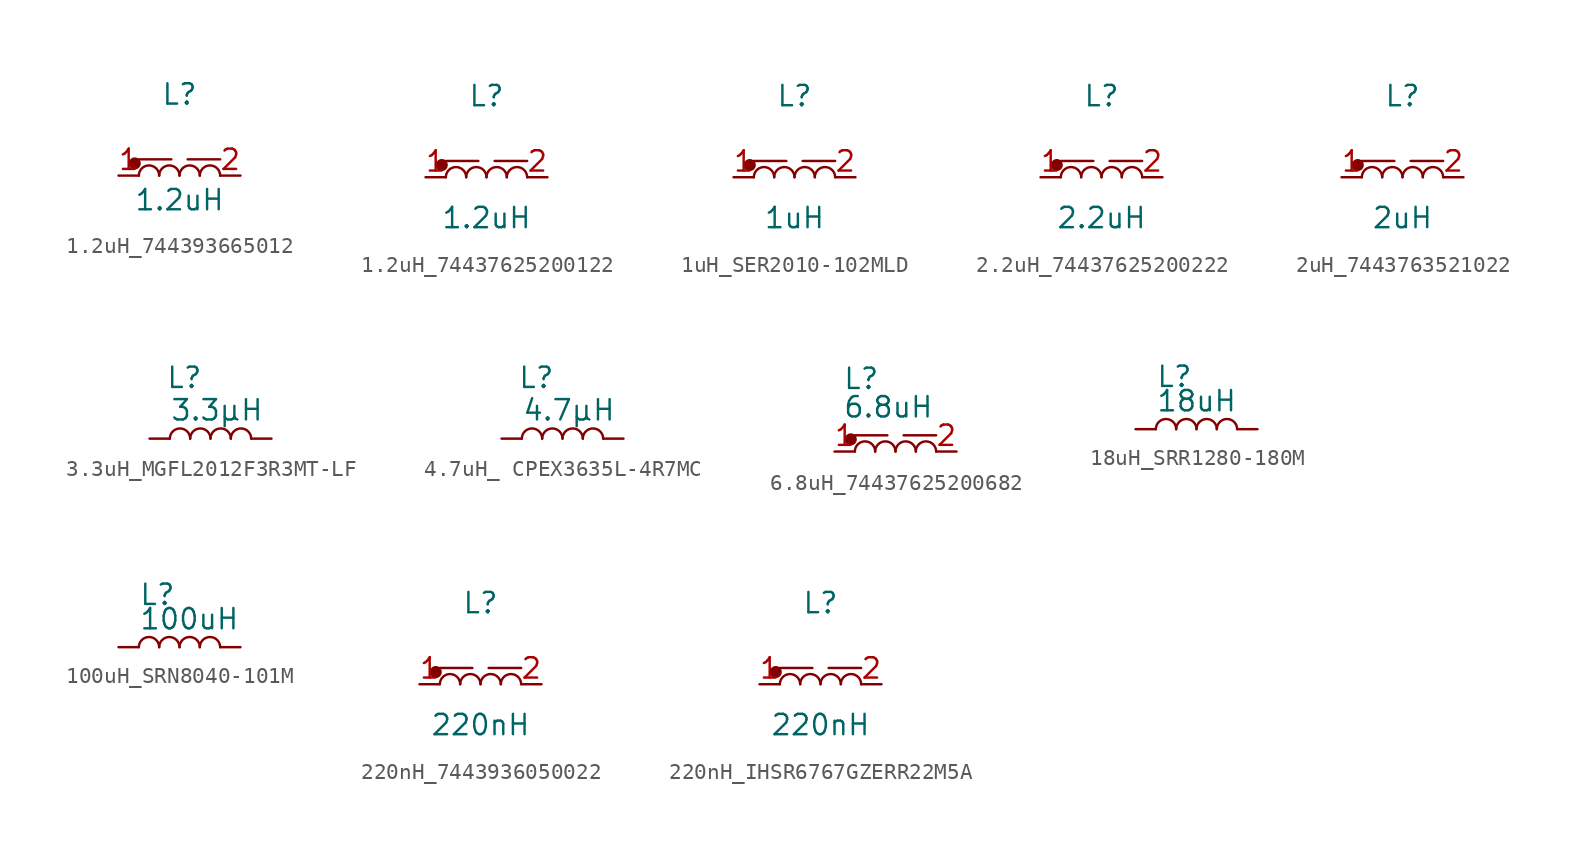
<source format=kicad_sym>
(kicad_symbol_lib
  (version 20241209)
  (generator "kicad_symbol_editor")
  (generator_version "9.0")
  (symbol "1.2uH_744393665012"
    (pin_names
      (hide yes))
    (property "Reference" "L"
      (at 0 5.08 0)
      (effects (font (size 1.27 1.27))))
    (property "Value" "1.2uH"
      (at 0 -1.524 0)
      (effects (font (size 1.27 1.27))))
    (symbol "1.2uH_744393665012_0_1"
      (polyline (pts (xy -2.54 1.016) (xy -0.508 1.016)) (stroke (width 0) (type default)) (fill (type none)))
      (arc (start -2.54 0) (mid -1.905 0.6323) (end -1.27 0) (stroke (width 0) (type default)) (fill (type none)))
      (arc (start -1.27 0) (mid -0.635 0.6323) (end 0 0) (stroke (width 0) (type default)) (fill (type none)))
      (arc (start 0 0) (mid 0.635 0.6323) (end 1.27 0) (stroke (width 0) (type default)) (fill (type none)))
      (arc (start 1.27 0) (mid 1.905 0.6323) (end 2.54 0) (stroke (width 0) (type default)) (fill (type none))))
    (symbol "1.2uH_744393665012_1_1"
      (circle (center -2.794 0.762) (radius 0.0001) (stroke (width 0.381) (type default)) (fill (type none)))
      (polyline (pts (xy 2.54 1.016) (xy 0.508 1.016)) (stroke (width 0) (type default)) (fill (type none)))
      (pin passive line (at -3.81 0 0) (length 1.27) (name "1" (effects (font (size 1.27 1.27)))) (number "1" (effects (font (size 1.27 1.27)))))
      (pin passive line (at 3.81 0 180) (length 1.27) (name "2" (effects (font (size 1.27 1.27)))) (number "2" (effects (font (size 1.27 1.27)))))))
  (symbol "1.2uH_74437625200122"
    (pin_names
      (hide yes))
    (property "Reference" "L"
      (at 0 5.08 0)
      (effects (font (size 1.27 1.27))))
    (property "Value" "1.2uH"
      (at 0 -2.54 0)
      (effects (font (size 1.27 1.27))))
    (symbol "1.2uH_74437625200122_0_1"
      (polyline (pts (xy -2.54 1.016) (xy -0.508 1.016)) (stroke (width 0) (type default)) (fill (type none)))
      (arc (start -2.54 0) (mid -1.905 0.6323) (end -1.27 0) (stroke (width 0) (type default)) (fill (type none)))
      (arc (start -1.27 0) (mid -0.635 0.6323) (end 0 0) (stroke (width 0) (type default)) (fill (type none)))
      (arc (start 0 0) (mid 0.635 0.6323) (end 1.27 0) (stroke (width 0) (type default)) (fill (type none)))
      (arc (start 1.27 0) (mid 1.905 0.6323) (end 2.54 0) (stroke (width 0) (type default)) (fill (type none))))
    (symbol "1.2uH_74437625200122_1_1"
      (circle (center -2.794 0.762) (radius 0.0001) (stroke (width 0.381) (type default)) (fill (type none)))
      (polyline (pts (xy 2.54 1.016) (xy 0.508 1.016)) (stroke (width 0) (type default)) (fill (type none)))
      (pin passive line (at -3.81 0 0) (length 1.27) (name "1" (effects (font (size 1.27 1.27)))) (number "1" (effects (font (size 1.27 1.27)))))
      (pin passive line (at 3.81 0 180) (length 1.27) (name "2" (effects (font (size 1.27 1.27)))) (number "2" (effects (font (size 1.27 1.27)))))))
  (symbol "1uH_SER2010-102MLD"
    (pin_names
      (hide yes))
    (property "Reference" "L"
      (at 0 5.08 0)
      (effects (font (size 1.27 1.27))))
    (property "Value" "1uH"
      (at 0 -2.54 0)
      (effects (font (size 1.27 1.27))))
    (symbol "1uH_SER2010-102MLD_0_1"
      (polyline (pts (xy -2.54 1.016) (xy -0.508 1.016)) (stroke (width 0) (type default)) (fill (type none)))
      (arc (start -2.54 0) (mid -1.905 0.6323) (end -1.27 0) (stroke (width 0) (type default)) (fill (type none)))
      (arc (start -1.27 0) (mid -0.635 0.6323) (end 0 0) (stroke (width 0) (type default)) (fill (type none)))
      (arc (start 0 0) (mid 0.635 0.6323) (end 1.27 0) (stroke (width 0) (type default)) (fill (type none)))
      (arc (start 1.27 0) (mid 1.905 0.6323) (end 2.54 0) (stroke (width 0) (type default)) (fill (type none))))
    (symbol "1uH_SER2010-102MLD_1_1"
      (circle (center -2.794 0.762) (radius 0.0001) (stroke (width 0.381) (type default)) (fill (type none)))
      (polyline (pts (xy 2.54 1.016) (xy 0.508 1.016)) (stroke (width 0) (type default)) (fill (type none)))
      (pin passive line (at -3.81 0 0) (length 1.27) (name "1" (effects (font (size 1.27 1.27)))) (number "1" (effects (font (size 1.27 1.27)))))
      (pin passive line (at 3.81 0 180) (length 1.27) (name "2" (effects (font (size 1.27 1.27)))) (number "2" (effects (font (size 1.27 1.27)))))))
  (symbol "2.2uH_74437625200222"
    (pin_names
      (hide yes))
    (property "Reference" "L"
      (at 0 5.08 0)
      (effects (font (size 1.27 1.27))))
    (property "Value" "2.2uH"
      (at 0 -2.54 0)
      (effects (font (size 1.27 1.27))))
    (symbol "2.2uH_74437625200222_0_1"
      (polyline (pts (xy -2.54 1.016) (xy -0.508 1.016)) (stroke (width 0) (type default)) (fill (type none)))
      (arc (start -2.54 0) (mid -1.905 0.6323) (end -1.27 0) (stroke (width 0) (type default)) (fill (type none)))
      (arc (start -1.27 0) (mid -0.635 0.6323) (end 0 0) (stroke (width 0) (type default)) (fill (type none)))
      (arc (start 0 0) (mid 0.635 0.6323) (end 1.27 0) (stroke (width 0) (type default)) (fill (type none)))
      (arc (start 1.27 0) (mid 1.905 0.6323) (end 2.54 0) (stroke (width 0) (type default)) (fill (type none))))
    (symbol "2.2uH_74437625200222_1_1"
      (circle (center -2.794 0.762) (radius 0.0001) (stroke (width 0.381) (type default)) (fill (type none)))
      (polyline (pts (xy 2.54 1.016) (xy 0.508 1.016)) (stroke (width 0) (type default)) (fill (type none)))
      (pin passive line (at -3.81 0 0) (length 1.27) (name "1" (effects (font (size 1.27 1.27)))) (number "1" (effects (font (size 1.27 1.27)))))
      (pin passive line (at 3.81 0 180) (length 1.27) (name "2" (effects (font (size 1.27 1.27)))) (number "2" (effects (font (size 1.27 1.27)))))))
  (symbol "2uH_7443763521022"
    (pin_names
      (hide yes))
    (property "Reference" "L"
      (at 0 5.08 0)
      (effects (font (size 1.27 1.27))))
    (property "Value" "2uH"
      (at 0 -2.54 0)
      (effects (font (size 1.27 1.27))))
    (symbol "2uH_7443763521022_0_1"
      (polyline (pts (xy -2.54 1.016) (xy -0.508 1.016)) (stroke (width 0) (type default)) (fill (type none)))
      (arc (start -2.54 0) (mid -1.905 0.6323) (end -1.27 0) (stroke (width 0) (type default)) (fill (type none)))
      (arc (start -1.27 0) (mid -0.635 0.6323) (end 0 0) (stroke (width 0) (type default)) (fill (type none)))
      (arc (start 0 0) (mid 0.635 0.6323) (end 1.27 0) (stroke (width 0) (type default)) (fill (type none)))
      (arc (start 1.27 0) (mid 1.905 0.6323) (end 2.54 0) (stroke (width 0) (type default)) (fill (type none))))
    (symbol "2uH_7443763521022_1_1"
      (circle (center -2.794 0.762) (radius 0.0001) (stroke (width 0.381) (type default)) (fill (type none)))
      (polyline (pts (xy 2.54 1.016) (xy 0.508 1.016)) (stroke (width 0) (type default)) (fill (type none)))
      (pin passive line (at -3.81 0 0) (length 1.27) (name "1" (effects (font (size 1.27 1.27)))) (number "1" (effects (font (size 1.27 1.27)))))
      (pin passive line (at 3.81 0 180) (length 1.27) (name "2" (effects (font (size 1.27 1.27)))) (number "2" (effects (font (size 1.27 1.27)))))))
  (symbol "3.3uH_MGFL2012F3R3MT-LF"
    (pin_numbers
      (hide yes))
    (pin_names
      (offset 1.016)
      (hide yes))
    (property "Reference" "L"
      (at -2.794 3.81 0)
      (effects (font (size 1.27 1.27)) (justify left)))
    (property "Value" "3.3µH"
      (at -2.54 1.778 0)
      (effects (font (size 1.27 1.27)) (justify left)))
    (symbol "3.3uH_MGFL2012F3R3MT-LF_0_1"
      (arc (start -2.54 0) (mid -1.905 0.6323) (end -1.27 0) (stroke (width 0) (type default)) (fill (type none)))
      (arc (start -1.27 0) (mid -0.635 0.6323) (end 0 0) (stroke (width 0) (type default)) (fill (type none)))
      (arc (start 0 0) (mid 0.635 0.6323) (end 1.27 0) (stroke (width 0) (type default)) (fill (type none)))
      (arc (start 1.27 0) (mid 1.905 0.6323) (end 2.54 0) (stroke (width 0) (type default)) (fill (type none))))
    (symbol "3.3uH_MGFL2012F3R3MT-LF_1_1"
      (pin passive line (at -3.81 0 0) (length 1.27) (name "1" (effects (font (size 1.27 1.27)))) (number "1" (effects (font (size 1.27 1.27)))))
      (pin passive line (at 3.81 0 180) (length 1.27) (name "2" (effects (font (size 1.27 1.27)))) (number "2" (effects (font (size 1.27 1.27)))))))
  (symbol "4.7uH_ CPEX3635L-4R7MC"
    (pin_numbers
      (hide yes))
    (pin_names
      (offset 1.016)
      (hide yes))
    (property "Reference" "L"
      (at -2.794 3.81 0)
      (effects (font (size 1.27 1.27)) (justify left)))
    (property "Value" "4.7µH"
      (at -2.54 1.778 0)
      (effects (font (size 1.27 1.27)) (justify left)))
    (symbol "4.7uH_ CPEX3635L-4R7MC_0_1"
      (arc (start -2.54 0) (mid -1.905 0.6323) (end -1.27 0) (stroke (width 0) (type default)) (fill (type none)))
      (arc (start -1.27 0) (mid -0.635 0.6323) (end 0 0) (stroke (width 0) (type default)) (fill (type none)))
      (arc (start 0 0) (mid 0.635 0.6323) (end 1.27 0) (stroke (width 0) (type default)) (fill (type none)))
      (arc (start 1.27 0) (mid 1.905 0.6323) (end 2.54 0) (stroke (width 0) (type default)) (fill (type none))))
    (symbol "4.7uH_ CPEX3635L-4R7MC_1_1"
      (pin passive line (at -3.81 0 0) (length 1.27) (name "1" (effects (font (size 1.27 1.27)))) (number "1" (effects (font (size 1.27 1.27)))))
      (pin passive line (at 3.81 0 180) (length 1.27) (name "2" (effects (font (size 1.27 1.27)))) (number "2" (effects (font (size 1.27 1.27)))))))
  (symbol "6.8uH_74437625200682"
    (pin_names
      (hide yes))
    (property "Reference" "L"
      (at -3.302 3.81 0)
      (effects (font (size 1.27 1.27)) (justify left bottom)))
    (property "Value" "6.8uH"
      (at -3.302 2.032 0)
      (effects (font (size 1.27 1.27)) (justify left bottom)))
    (symbol "6.8uH_74437625200682_0_1"
      (polyline (pts (xy -2.54 1.016) (xy -0.508 1.016)) (stroke (width 0) (type default)) (fill (type none)))
      (arc (start -2.54 0) (mid -1.905 0.6323) (end -1.27 0) (stroke (width 0) (type default)) (fill (type none)))
      (arc (start -1.27 0) (mid -0.635 0.6323) (end 0 0) (stroke (width 0) (type default)) (fill (type none)))
      (arc (start 0 0) (mid 0.635 0.6323) (end 1.27 0) (stroke (width 0) (type default)) (fill (type none)))
      (arc (start 1.27 0) (mid 1.905 0.6323) (end 2.54 0) (stroke (width 0) (type default)) (fill (type none))))
    (symbol "6.8uH_74437625200682_1_1"
      (circle (center -2.794 0.762) (radius 0.0001) (stroke (width 0.381) (type default)) (fill (type none)))
      (polyline (pts (xy 2.54 1.016) (xy 0.508 1.016)) (stroke (width 0) (type default)) (fill (type none)))
      (pin passive line (at -3.81 0 0) (length 1.27) (name "1" (effects (font (size 1.27 1.27)))) (number "1" (effects (font (size 1.27 1.27)))))
      (pin passive line (at 3.81 0 180) (length 1.27) (name "2" (effects (font (size 1.27 1.27)))) (number "2" (effects (font (size 1.27 1.27)))))))
  (symbol "18uH_SRR1280-180M"
    (pin_numbers
      (hide yes))
    (pin_names
      (offset 1.016)
      (hide yes))
    (property "Reference" "L"
      (at -2.54 2.54 0)
      (effects (font (size 1.27 1.27)) (justify left bottom)))
    (property "Value" "18uH"
      (at -2.54 1.016 0)
      (effects (font (size 1.27 1.27)) (justify left bottom)))
    (symbol "18uH_SRR1280-180M_0_1"
      (arc (start -2.54 0) (mid -1.905 0.6323) (end -1.27 0) (stroke (width 0) (type default)) (fill (type none)))
      (arc (start -1.27 0) (mid -0.635 0.6323) (end 0 0) (stroke (width 0) (type default)) (fill (type none)))
      (arc (start 0 0) (mid 0.635 0.6323) (end 1.27 0) (stroke (width 0) (type default)) (fill (type none)))
      (arc (start 1.27 0) (mid 1.905 0.6323) (end 2.54 0) (stroke (width 0) (type default)) (fill (type none))))
    (symbol "18uH_SRR1280-180M_1_1"
      (pin passive line (at -3.81 0 0) (length 1.27) (name "1" (effects (font (size 1.27 1.27)))) (number "1" (effects (font (size 1.27 1.27)))))
      (pin passive line (at 3.81 0 180) (length 1.27) (name "2" (effects (font (size 1.27 1.27)))) (number "2" (effects (font (size 1.27 1.27)))))))
  (symbol "100uH_SRN8040-101M"
    (pin_numbers
      (hide yes))
    (pin_names
      (offset 1.016)
      (hide yes))
    (property "Reference" "L"
      (at -2.54 2.54 0)
      (effects (font (size 1.27 1.27)) (justify left bottom)))
    (property "Value" "100uH"
      (at -2.54 1.016 0)
      (effects (font (size 1.27 1.27)) (justify left bottom)))
    (symbol "100uH_SRN8040-101M_0_1"
      (arc (start -2.54 0) (mid -1.905 0.6323) (end -1.27 0) (stroke (width 0) (type default)) (fill (type none)))
      (arc (start -1.27 0) (mid -0.635 0.6323) (end 0 0) (stroke (width 0) (type default)) (fill (type none)))
      (arc (start 0 0) (mid 0.635 0.6323) (end 1.27 0) (stroke (width 0) (type default)) (fill (type none)))
      (arc (start 1.27 0) (mid 1.905 0.6323) (end 2.54 0) (stroke (width 0) (type default)) (fill (type none))))
    (symbol "100uH_SRN8040-101M_1_1"
      (pin passive line (at -3.81 0 0) (length 1.27) (name "1" (effects (font (size 1.27 1.27)))) (number "1" (effects (font (size 1.27 1.27)))))
      (pin passive line (at 3.81 0 180) (length 1.27) (name "2" (effects (font (size 1.27 1.27)))) (number "2" (effects (font (size 1.27 1.27)))))))
  (symbol "220nH_7443936050022"
    (pin_names
      (hide yes))
    (property "Reference" "L"
      (at 0 5.08 0)
      (effects (font (size 1.27 1.27))))
    (property "Value" "220nH"
      (at 0 -2.54 0)
      (effects (font (size 1.27 1.27))))
    (symbol "220nH_7443936050022_0_1"
      (polyline (pts (xy -2.54 1.016) (xy -0.508 1.016)) (stroke (width 0) (type default)) (fill (type none)))
      (arc (start -2.54 0) (mid -1.905 0.6323) (end -1.27 0) (stroke (width 0) (type default)) (fill (type none)))
      (arc (start -1.27 0) (mid -0.635 0.6323) (end 0 0) (stroke (width 0) (type default)) (fill (type none)))
      (arc (start 0 0) (mid 0.635 0.6323) (end 1.27 0) (stroke (width 0) (type default)) (fill (type none)))
      (arc (start 1.27 0) (mid 1.905 0.6323) (end 2.54 0) (stroke (width 0) (type default)) (fill (type none))))
    (symbol "220nH_7443936050022_1_1"
      (circle (center -2.794 0.762) (radius 0.0001) (stroke (width 0.381) (type default)) (fill (type none)))
      (polyline (pts (xy 2.54 1.016) (xy 0.508 1.016)) (stroke (width 0) (type default)) (fill (type none)))
      (pin passive line (at -3.81 0 0) (length 1.27) (name "1" (effects (font (size 1.27 1.27)))) (number "1" (effects (font (size 1.27 1.27)))))
      (pin passive line (at 3.81 0 180) (length 1.27) (name "2" (effects (font (size 1.27 1.27)))) (number "2" (effects (font (size 1.27 1.27)))))))
  (symbol "220nH_IHSR6767GZERR22M5A"
    (pin_names
      (hide yes))
    (property "Reference" "L"
      (at 0 5.08 0)
      (effects (font (size 1.27 1.27))))
    (property "Value" "220nH"
      (at 0 -2.54 0)
      (effects (font (size 1.27 1.27))))
    (symbol "220nH_IHSR6767GZERR22M5A_0_1"
      (polyline (pts (xy -2.54 1.016) (xy -0.508 1.016)) (stroke (width 0) (type default)) (fill (type none)))
      (arc (start -2.54 0) (mid -1.905 0.6323) (end -1.27 0) (stroke (width 0) (type default)) (fill (type none)))
      (arc (start -1.27 0) (mid -0.635 0.6323) (end 0 0) (stroke (width 0) (type default)) (fill (type none)))
      (arc (start 0 0) (mid 0.635 0.6323) (end 1.27 0) (stroke (width 0) (type default)) (fill (type none)))
      (arc (start 1.27 0) (mid 1.905 0.6323) (end 2.54 0) (stroke (width 0) (type default)) (fill (type none))))
    (symbol "220nH_IHSR6767GZERR22M5A_1_1"
      (circle (center -2.794 0.762) (radius 0.0001) (stroke (width 0.381) (type default)) (fill (type none)))
      (polyline (pts (xy 2.54 1.016) (xy 0.508 1.016)) (stroke (width 0) (type default)) (fill (type none)))
      (pin passive line (at -3.81 0 0) (length 1.27) (name "1" (effects (font (size 1.27 1.27)))) (number "1" (effects (font (size 1.27 1.27)))))
      (pin passive line (at 3.81 0 180) (length 1.27) (name "2" (effects (font (size 1.27 1.27)))) (number "2" (effects (font (size 1.27 1.27))))))))
</source>
